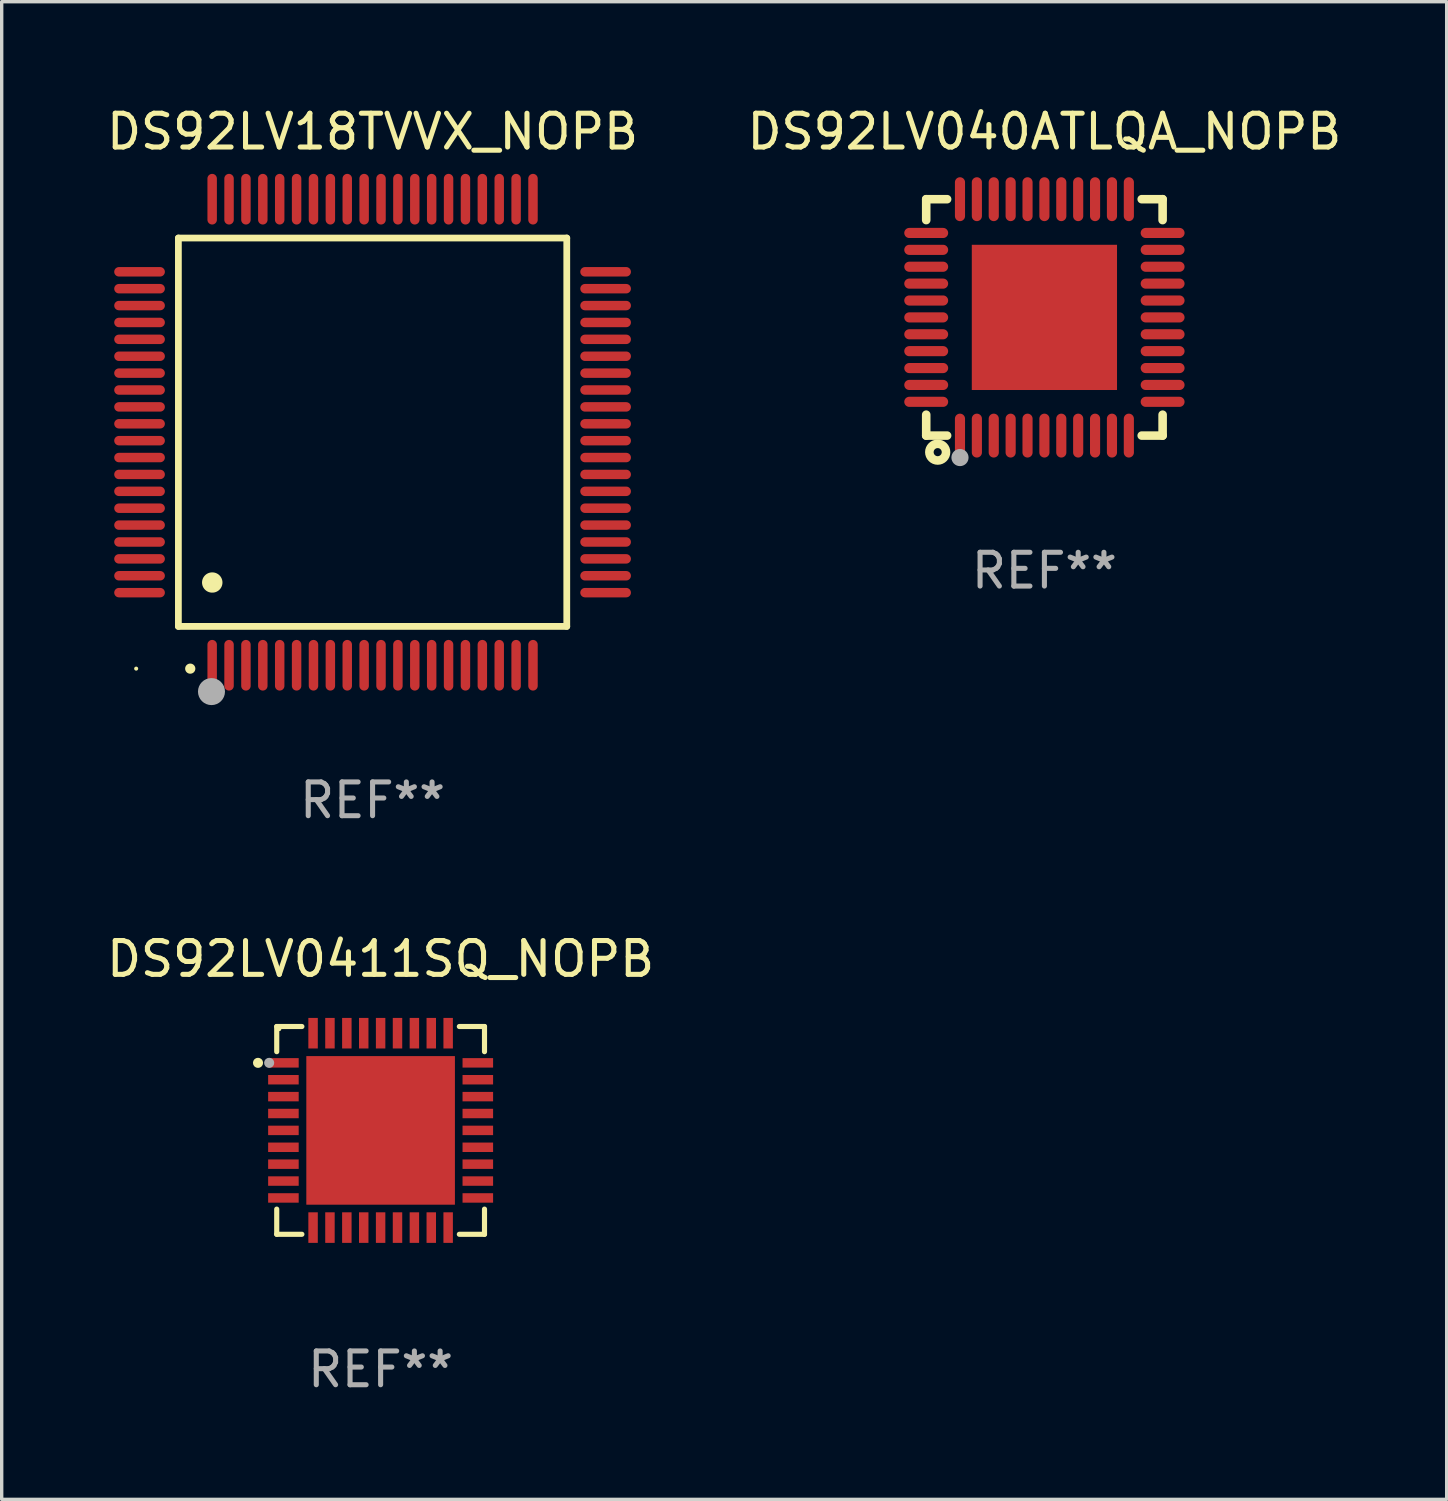
<source format=kicad_pcb>
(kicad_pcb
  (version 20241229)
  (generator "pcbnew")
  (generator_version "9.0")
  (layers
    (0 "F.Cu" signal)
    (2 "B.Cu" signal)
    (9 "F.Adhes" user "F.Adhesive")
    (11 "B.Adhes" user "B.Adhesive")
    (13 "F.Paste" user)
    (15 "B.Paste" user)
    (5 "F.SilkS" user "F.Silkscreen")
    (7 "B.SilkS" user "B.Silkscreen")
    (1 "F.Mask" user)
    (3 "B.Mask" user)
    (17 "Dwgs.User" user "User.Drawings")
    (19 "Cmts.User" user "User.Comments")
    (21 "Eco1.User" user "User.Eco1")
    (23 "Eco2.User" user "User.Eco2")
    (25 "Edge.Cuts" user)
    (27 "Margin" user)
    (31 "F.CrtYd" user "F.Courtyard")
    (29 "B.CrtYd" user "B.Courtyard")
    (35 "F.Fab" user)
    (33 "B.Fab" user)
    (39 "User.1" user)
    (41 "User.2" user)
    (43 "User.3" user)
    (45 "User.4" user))
  (footprint "DS92LV0411SQ_NOPB"
    (layer "F.Cu")
    (at 8.22 30.421)
    (property "Reference" "DS92LV0411SQ_NOPB" (at 0 -5.076 0) (layer "F.SilkS") (effects (font (size 1 1) (thickness 0.15))))
    (attr through_hole)
    (fp_line (start -3.076 -3.076) (end -3.076 -2.331) (stroke (width 0.152) (type solid)) (layer "F.SilkS"))
    (fp_line (start -3.076 3.076) (end -3.076 2.331) (stroke (width 0.152) (type solid)) (layer "F.SilkS"))
    (fp_line (start -2.331 -3.076) (end -3.076 -3.076) (stroke (width 0.152) (type solid)) (layer "F.SilkS"))
    (fp_line (start -2.331 3.076) (end -3.076 3.076) (stroke (width 0.152) (type solid)) (layer "F.SilkS"))
    (fp_line (start 2.331 -3.076) (end 3.076 -3.076) (stroke (width 0.152) (type solid)) (layer "F.SilkS"))
    (fp_line (start 2.331 3.076) (end 3.076 3.076) (stroke (width 0.152) (type solid)) (layer "F.SilkS"))
    (fp_line (start 3.076 -3.076) (end 3.076 -2.331) (stroke (width 0.152) (type solid)) (layer "F.SilkS"))
    (fp_line (start 3.076 3.076) (end 3.076 2.331) (stroke (width 0.152) (type solid)) (layer "F.SilkS"))
    (fp_circle (center -3.63 -2) (end -3.555 -2) (stroke (width 0.15) (type solid)) (fill no) (layer "F.SilkS"))
    (fp_circle (center -3 -3) (end -2.97 -3) (stroke (width 0.06) (type solid)) (fill no) (layer "F.SilkS"))
    (fp_circle (center -3.3 -2) (end -3.225 -2) (stroke (width 0.15) (type solid)) (fill no) (layer "F.Fab"))
    (fp_text user "REF**" (at 0 7.076 0) (layer "F.Fab") (effects (font (size 1 1) (thickness 0.15))))
    (pad "1" smd rect (at -2.878 -2) (size 0.905 0.28) (layers "F.Cu" "F.Mask" "F.Paste"))
    (pad "2" smd rect (at -2.878 -1.5) (size 0.905 0.28) (layers "F.Cu" "F.Mask" "F.Paste"))
    (pad "3" smd rect (at -2.878 -1) (size 0.905 0.28) (layers "F.Cu" "F.Mask" "F.Paste"))
    (pad "4" smd rect (at -2.878 -0.5) (size 0.905 0.28) (layers "F.Cu" "F.Mask" "F.Paste"))
    (pad "5" smd rect (at -2.878 0) (size 0.905 0.28) (layers "F.Cu" "F.Mask" "F.Paste"))
    (pad "6" smd rect (at -2.878 0.5) (size 0.905 0.28) (layers "F.Cu" "F.Mask" "F.Paste"))
    (pad "7" smd rect (at -2.878 1) (size 0.905 0.28) (layers "F.Cu" "F.Mask" "F.Paste"))
    (pad "8" smd rect (at -2.878 1.5) (size 0.905 0.28) (layers "F.Cu" "F.Mask" "F.Paste"))
    (pad "9" smd rect (at -2.878 2) (size 0.905 0.28) (layers "F.Cu" "F.Mask" "F.Paste"))
    (pad "10" smd rect (at -2 2.878) (size 0.28 0.905) (layers "F.Cu" "F.Mask" "F.Paste"))
    (pad "11" smd rect (at -1.5 2.878) (size 0.28 0.905) (layers "F.Cu" "F.Mask" "F.Paste"))
    (pad "12" smd rect (at -1 2.878) (size 0.28 0.905) (layers "F.Cu" "F.Mask" "F.Paste"))
    (pad "13" smd rect (at -0.5 2.878) (size 0.28 0.905) (layers "F.Cu" "F.Mask" "F.Paste"))
    (pad "14" smd rect (at 0 2.878) (size 0.28 0.905) (layers "F.Cu" "F.Mask" "F.Paste"))
    (pad "15" smd rect (at 0.5 2.878) (size 0.28 0.905) (layers "F.Cu" "F.Mask" "F.Paste"))
    (pad "16" smd rect (at 1 2.878) (size 0.28 0.905) (layers "F.Cu" "F.Mask" "F.Paste"))
    (pad "17" smd rect (at 1.5 2.878) (size 0.28 0.905) (layers "F.Cu" "F.Mask" "F.Paste"))
    (pad "18" smd rect (at 2 2.878) (size 0.28 0.905) (layers "F.Cu" "F.Mask" "F.Paste"))
    (pad "19" smd rect (at 2.878 2) (size 0.905 0.28) (layers "F.Cu" "F.Mask" "F.Paste"))
    (pad "20" smd rect (at 2.878 1.5) (size 0.905 0.28) (layers "F.Cu" "F.Mask" "F.Paste"))
    (pad "21" smd rect (at 2.878 1) (size 0.905 0.28) (layers "F.Cu" "F.Mask" "F.Paste"))
    (pad "22" smd rect (at 2.878 0.5) (size 0.905 0.28) (layers "F.Cu" "F.Mask" "F.Paste"))
    (pad "23" smd rect (at 2.878 0) (size 0.905 0.28) (layers "F.Cu" "F.Mask" "F.Paste"))
    (pad "24" smd rect (at 2.878 -0.5) (size 0.905 0.28) (layers "F.Cu" "F.Mask" "F.Paste"))
    (pad "25" smd rect (at 2.878 -1) (size 0.905 0.28) (layers "F.Cu" "F.Mask" "F.Paste"))
    (pad "26" smd rect (at 2.878 -1.5) (size 0.905 0.28) (layers "F.Cu" "F.Mask" "F.Paste"))
    (pad "27" smd rect (at 2.878 -2) (size 0.905 0.28) (layers "F.Cu" "F.Mask" "F.Paste"))
    (pad "28" smd rect (at 2 -2.878) (size 0.28 0.905) (layers "F.Cu" "F.Mask" "F.Paste"))
    (pad "29" smd rect (at 1.5 -2.878) (size 0.28 0.905) (layers "F.Cu" "F.Mask" "F.Paste"))
    (pad "30" smd rect (at 1 -2.878) (size 0.28 0.905) (layers "F.Cu" "F.Mask" "F.Paste"))
    (pad "31" smd rect (at 0.5 -2.878) (size 0.28 0.905) (layers "F.Cu" "F.Mask" "F.Paste"))
    (pad "32" smd rect (at 0 -2.878) (size 0.28 0.905) (layers "F.Cu" "F.Mask" "F.Paste"))
    (pad "33" smd rect (at -0.5 -2.878) (size 0.28 0.905) (layers "F.Cu" "F.Mask" "F.Paste"))
    (pad "34" smd rect (at -1 -2.878) (size 0.28 0.905) (layers "F.Cu" "F.Mask" "F.Paste"))
    (pad "35" smd rect (at -1.5 -2.878) (size 0.28 0.905) (layers "F.Cu" "F.Mask" "F.Paste"))
    (pad "36" smd rect (at -2 -2.878) (size 0.28 0.905) (layers "F.Cu" "F.Mask" "F.Paste"))
    (pad "37" smd rect (at 0 0) (size 4.4 4.4) (layers "F.Cu" "F.Mask" "F.Paste")))
  (footprint "DS92LV040ATLQA_NOPB"
    (layer "F.Cu")
    (at 27.875 6.348)
    (property "Reference" "DS92LV040ATLQA_NOPB" (at 0 -5.5 0) (layer "F.SilkS") (effects (font (size 1 1) (thickness 0.15))))
    (attr through_hole)
    (fp_line (start -3.5 -3.5) (end -2.881 -3.5) (stroke (width 0.254) (type solid)) (layer "F.SilkS"))
    (fp_line (start -3.5 -2.881) (end -3.5 -3.5) (stroke (width 0.254) (type solid)) (layer "F.SilkS"))
    (fp_line (start -3.5 3.5) (end -3.5 2.881) (stroke (width 0.254) (type solid)) (layer "F.SilkS"))
    (fp_line (start -2.881 3.5) (end -3.5 3.5) (stroke (width 0.254) (type solid)) (layer "F.SilkS"))
    (fp_line (start 2.881 -3.5) (end 3.5 -3.5) (stroke (width 0.254) (type solid)) (layer "F.SilkS"))
    (fp_line (start 3.5 -3.5) (end 3.5 -2.881) (stroke (width 0.254) (type solid)) (layer "F.SilkS"))
    (fp_line (start 3.5 2.881) (end 3.5 3.5) (stroke (width 0.254) (type solid)) (layer "F.SilkS"))
    (fp_line (start 3.5 3.5) (end 2.881 3.5) (stroke (width 0.254) (type solid)) (layer "F.SilkS"))
    (fp_circle (center -3.5 3.5) (end -3.47 3.5) (stroke (width 0.06) (type solid)) (fill no) (layer "F.SilkS"))
    (fp_circle (center -3.16 3.99) (end -3.04 3.99) (stroke (width 0.254) (type solid)) (fill no) (layer "F.SilkS"))
    (fp_circle (center -2.5 4.15) (end -2.373 4.15) (stroke (width 0.254) (type solid)) (fill no) (layer "F.Fab"))
    (fp_text user "REF**" (at 0 7.5 0) (layer "F.Fab") (effects (font (size 1 1) (thickness 0.15))))
    (pad "1" smd oval (at -2.5 3.5 90) (size 1.3 0.3) (layers "F.Cu" "F.Mask" "F.Paste"))
    (pad "2" smd oval (at -2 3.5 90) (size 1.3 0.3) (layers "F.Cu" "F.Mask" "F.Paste"))
    (pad "3" smd oval (at -1.5 3.5 90) (size 1.3 0.3) (layers "F.Cu" "F.Mask" "F.Paste"))
    (pad "4" smd oval (at -1 3.5 90) (size 1.3 0.3) (layers "F.Cu" "F.Mask" "F.Paste"))
    (pad "5" smd oval (at -0.5 3.5 90) (size 1.3 0.3) (layers "F.Cu" "F.Mask" "F.Paste"))
    (pad "6" smd oval (at -0.000127 3.5 90) (size 1.3 0.3) (layers "F.Cu" "F.Mask" "F.Paste"))
    (pad "7" smd oval (at 0.5 3.5 90) (size 1.3 0.3) (layers "F.Cu" "F.Mask" "F.Paste"))
    (pad "8" smd oval (at 1 3.5 90) (size 1.3 0.3) (layers "F.Cu" "F.Mask" "F.Paste"))
    (pad "9" smd oval (at 1.5 3.5 90) (size 1.3 0.3) (layers "F.Cu" "F.Mask" "F.Paste"))
    (pad "10" smd oval (at 2 3.5 90) (size 1.3 0.3) (layers "F.Cu" "F.Mask" "F.Paste"))
    (pad "11" smd oval (at 2.5 3.5 90) (size 1.3 0.3) (layers "F.Cu" "F.Mask" "F.Paste"))
    (pad "12" smd oval (at 3.5 2.5 90) (size 0.3 1.3) (layers "F.Cu" "F.Mask" "F.Paste"))
    (pad "13" smd oval (at 3.5 2 90) (size 0.3 1.3) (layers "F.Cu" "F.Mask" "F.Paste"))
    (pad "14" smd oval (at 3.5 1.5 90) (size 0.3 1.3) (layers "F.Cu" "F.Mask" "F.Paste"))
    (pad "15" smd oval (at 3.5 1 90) (size 0.3 1.3) (layers "F.Cu" "F.Mask" "F.Paste"))
    (pad "16" smd oval (at 3.5 0.5 90) (size 0.3 1.3) (layers "F.Cu" "F.Mask" "F.Paste"))
    (pad "17" smd oval (at 3.5 0.000127 90) (size 0.3 1.3) (layers "F.Cu" "F.Mask" "F.Paste"))
    (pad "18" smd oval (at 3.5 -0.5 90) (size 0.3 1.3) (layers "F.Cu" "F.Mask" "F.Paste"))
    (pad "19" smd oval (at 3.5 -1 90) (size 0.3 1.3) (layers "F.Cu" "F.Mask" "F.Paste"))
    (pad "20" smd oval (at 3.5 -1.5 90) (size 0.3 1.3) (layers "F.Cu" "F.Mask" "F.Paste"))
    (pad "21" smd oval (at 3.5 -2 90) (size 0.3 1.3) (layers "F.Cu" "F.Mask" "F.Paste"))
    (pad "22" smd oval (at 3.5 -2.5 90) (size 0.3 1.3) (layers "F.Cu" "F.Mask" "F.Paste"))
    (pad "23" smd oval (at 2.5 -3.5 90) (size 1.3 0.3) (layers "F.Cu" "F.Mask" "F.Paste"))
    (pad "24" smd oval (at 2 -3.5 90) (size 1.3 0.3) (layers "F.Cu" "F.Mask" "F.Paste"))
    (pad "25" smd oval (at 1.5 -3.5 90) (size 1.3 0.3) (layers "F.Cu" "F.Mask" "F.Paste"))
    (pad "26" smd oval (at 1 -3.5 90) (size 1.3 0.3) (layers "F.Cu" "F.Mask" "F.Paste"))
    (pad "27" smd oval (at 0.5 -3.5 90) (size 1.3 0.3) (layers "F.Cu" "F.Mask" "F.Paste"))
    (pad "28" smd oval (at -0.000127 -3.5 90) (size 1.3 0.3) (layers "F.Cu" "F.Mask" "F.Paste"))
    (pad "29" smd oval (at -0.5 -3.5 90) (size 1.3 0.3) (layers "F.Cu" "F.Mask" "F.Paste"))
    (pad "30" smd oval (at -1 -3.5 90) (size 1.3 0.3) (layers "F.Cu" "F.Mask" "F.Paste"))
    (pad "31" smd oval (at -1.5 -3.5 90) (size 1.3 0.3) (layers "F.Cu" "F.Mask" "F.Paste"))
    (pad "32" smd oval (at -2 -3.5 90) (size 1.3 0.3) (layers "F.Cu" "F.Mask" "F.Paste"))
    (pad "33" smd oval (at -2.5 -3.5 90) (size 1.3 0.3) (layers "F.Cu" "F.Mask" "F.Paste"))
    (pad "34" smd oval (at -3.5 -2.5 90) (size 0.3 1.3) (layers "F.Cu" "F.Mask" "F.Paste"))
    (pad "35" smd oval (at -3.5 -2 90) (size 0.3 1.3) (layers "F.Cu" "F.Mask" "F.Paste"))
    (pad "36" smd oval (at -3.5 -1.5 90) (size 0.3 1.3) (layers "F.Cu" "F.Mask" "F.Paste"))
    (pad "37" smd oval (at -3.5 -1 90) (size 0.3 1.3) (layers "F.Cu" "F.Mask" "F.Paste"))
    (pad "38" smd oval (at -3.5 -0.5 90) (size 0.3 1.3) (layers "F.Cu" "F.Mask" "F.Paste"))
    (pad "39" smd oval (at -3.5 0.000127 90) (size 0.3 1.3) (layers "F.Cu" "F.Mask" "F.Paste"))
    (pad "40" smd oval (at -3.5 0.5 90) (size 0.3 1.3) (layers "F.Cu" "F.Mask" "F.Paste"))
    (pad "41" smd oval (at -3.5 1 90) (size 0.3 1.3) (layers "F.Cu" "F.Mask" "F.Paste"))
    (pad "42" smd oval (at -3.5 1.5 90) (size 0.3 1.3) (layers "F.Cu" "F.Mask" "F.Paste"))
    (pad "43" smd oval (at -3.5 2 90) (size 0.3 1.3) (layers "F.Cu" "F.Mask" "F.Paste"))
    (pad "44" smd oval (at -3.5 2.5 90) (size 0.3 1.3) (layers "F.Cu" "F.Mask" "F.Paste"))
    (pad "45" smd rect (at -0.000127 0.000127 90) (size 4.3 4.3) (layers "F.Cu" "F.Mask" "F.Paste")))
  (footprint "DS92LV18TVVX_NOPB"
    (layer "F.Cu")
    (at 7.982 9.748)
    (property "Reference" "DS92LV18TVVX_NOPB" (at 0 -8.9 0) (layer "F.SilkS") (effects (font (size 1 1) (thickness 0.15))))
    (attr through_hole)
    (fp_line (start -5.75 -5.75) (end 5.75 -5.75) (stroke (width 0.2) (type solid)) (layer "F.SilkS"))
    (fp_line (start -5.75 5.75) (end -5.75 -5.75) (stroke (width 0.2) (type solid)) (layer "F.SilkS"))
    (fp_line (start 5.75 -5.75) (end 5.75 5.75) (stroke (width 0.2) (type solid)) (layer "F.SilkS"))
    (fp_line (start 5.75 5.75) (end -5.75 5.75) (stroke (width 0.2) (type solid)) (layer "F.SilkS"))
    (fp_arc (start -5.400051 7.000254) (mid -5.398781 7.000249) (end -5.397511 7.000254) (stroke (width 0.3) (type solid)) (layer "F.SilkS"))
    (fp_arc (start -4.749809 4.450089) (mid -4.747269 4.450078) (end -4.744729 4.450089) (stroke (width 0.6) (type solid)) (layer "F.SilkS"))
    (fp_circle (center -7 7) (end -6.97 7) (stroke (width 0.06) (type solid)) (fill no) (layer "F.SilkS"))
    (fp_circle (center -4.77 7.68) (end -4.57 7.68) (stroke (width 0.4) (type solid)) (fill no) (layer "F.Fab"))
    (fp_text user "REF**" (at 0 10.9 0) (layer "F.Fab") (effects (font (size 1 1) (thickness 0.15))))
    (pad "1" smd oval (at -4.75 6.9) (size 0.28 1.5) (layers "F.Cu" "F.Mask" "F.Paste"))
    (pad "2" smd oval (at -4.25 6.9) (size 0.28 1.5) (layers "F.Cu" "F.Mask" "F.Paste"))
    (pad "3" smd oval (at -3.75 6.9) (size 0.28 1.5) (layers "F.Cu" "F.Mask" "F.Paste"))
    (pad "4" smd oval (at -3.25 6.9) (size 0.28 1.5) (layers "F.Cu" "F.Mask" "F.Paste"))
    (pad "5" smd oval (at -2.75 6.9) (size 0.28 1.5) (layers "F.Cu" "F.Mask" "F.Paste"))
    (pad "6" smd oval (at -2.25 6.9) (size 0.28 1.5) (layers "F.Cu" "F.Mask" "F.Paste"))
    (pad "7" smd oval (at -1.75 6.9) (size 0.28 1.5) (layers "F.Cu" "F.Mask" "F.Paste"))
    (pad "8" smd oval (at -1.25 6.9) (size 0.28 1.5) (layers "F.Cu" "F.Mask" "F.Paste"))
    (pad "9" smd oval (at -0.75 6.9) (size 0.28 1.5) (layers "F.Cu" "F.Mask" "F.Paste"))
    (pad "10" smd oval (at -0.25 6.9) (size 0.28 1.5) (layers "F.Cu" "F.Mask" "F.Paste"))
    (pad "11" smd oval (at 0.25 6.9) (size 0.28 1.5) (layers "F.Cu" "F.Mask" "F.Paste"))
    (pad "12" smd oval (at 0.75 6.9) (size 0.28 1.5) (layers "F.Cu" "F.Mask" "F.Paste"))
    (pad "13" smd oval (at 1.25 6.9) (size 0.28 1.5) (layers "F.Cu" "F.Mask" "F.Paste"))
    (pad "14" smd oval (at 1.75 6.9) (size 0.28 1.5) (layers "F.Cu" "F.Mask" "F.Paste"))
    (pad "15" smd oval (at 2.25 6.9) (size 0.28 1.5) (layers "F.Cu" "F.Mask" "F.Paste"))
    (pad "16" smd oval (at 2.75 6.9) (size 0.28 1.5) (layers "F.Cu" "F.Mask" "F.Paste"))
    (pad "17" smd oval (at 3.25 6.9) (size 0.28 1.5) (layers "F.Cu" "F.Mask" "F.Paste"))
    (pad "18" smd oval (at 3.75 6.9) (size 0.28 1.5) (layers "F.Cu" "F.Mask" "F.Paste"))
    (pad "19" smd oval (at 4.25 6.9) (size 0.28 1.5) (layers "F.Cu" "F.Mask" "F.Paste"))
    (pad "20" smd oval (at 4.75 6.9) (size 0.28 1.5) (layers "F.Cu" "F.Mask" "F.Paste"))
    (pad "21" smd oval (at 6.9 4.75) (size 1.5 0.28) (layers "F.Cu" "F.Mask" "F.Paste"))
    (pad "22" smd oval (at 6.9 4.25) (size 1.5 0.28) (layers "F.Cu" "F.Mask" "F.Paste"))
    (pad "23" smd oval (at 6.9 3.75) (size 1.5 0.28) (layers "F.Cu" "F.Mask" "F.Paste"))
    (pad "24" smd oval (at 6.9 3.25) (size 1.5 0.28) (layers "F.Cu" "F.Mask" "F.Paste"))
    (pad "25" smd oval (at 6.9 2.75) (size 1.5 0.28) (layers "F.Cu" "F.Mask" "F.Paste"))
    (pad "26" smd oval (at 6.9 2.25) (size 1.5 0.28) (layers "F.Cu" "F.Mask" "F.Paste"))
    (pad "27" smd oval (at 6.9 1.75) (size 1.5 0.28) (layers "F.Cu" "F.Mask" "F.Paste"))
    (pad "28" smd oval (at 6.9 1.25) (size 1.5 0.28) (layers "F.Cu" "F.Mask" "F.Paste"))
    (pad "29" smd oval (at 6.9 0.75) (size 1.5 0.28) (layers "F.Cu" "F.Mask" "F.Paste"))
    (pad "30" smd oval (at 6.9 0.25) (size 1.5 0.28) (layers "F.Cu" "F.Mask" "F.Paste"))
    (pad "31" smd oval (at 6.9 -0.25) (size 1.5 0.28) (layers "F.Cu" "F.Mask" "F.Paste"))
    (pad "32" smd oval (at 6.9 -0.75) (size 1.5 0.28) (layers "F.Cu" "F.Mask" "F.Paste"))
    (pad "33" smd oval (at 6.9 -1.25) (size 1.5 0.28) (layers "F.Cu" "F.Mask" "F.Paste"))
    (pad "34" smd oval (at 6.9 -1.75) (size 1.5 0.28) (layers "F.Cu" "F.Mask" "F.Paste"))
    (pad "35" smd oval (at 6.9 -2.25) (size 1.5 0.28) (layers "F.Cu" "F.Mask" "F.Paste"))
    (pad "36" smd oval (at 6.9 -2.75) (size 1.5 0.28) (layers "F.Cu" "F.Mask" "F.Paste"))
    (pad "37" smd oval (at 6.9 -3.25) (size 1.5 0.28) (layers "F.Cu" "F.Mask" "F.Paste"))
    (pad "38" smd oval (at 6.9 -3.75) (size 1.5 0.28) (layers "F.Cu" "F.Mask" "F.Paste"))
    (pad "39" smd oval (at 6.9 -4.25) (size 1.5 0.28) (layers "F.Cu" "F.Mask" "F.Paste"))
    (pad "40" smd oval (at 6.9 -4.75) (size 1.5 0.28) (layers "F.Cu" "F.Mask" "F.Paste"))
    (pad "41" smd oval (at 4.75 -6.9) (size 0.28 1.5) (layers "F.Cu" "F.Mask" "F.Paste"))
    (pad "42" smd oval (at 4.25 -6.9) (size 0.28 1.5) (layers "F.Cu" "F.Mask" "F.Paste"))
    (pad "43" smd oval (at 3.75 -6.9) (size 0.28 1.5) (layers "F.Cu" "F.Mask" "F.Paste"))
    (pad "44" smd oval (at 3.25 -6.9) (size 0.28 1.5) (layers "F.Cu" "F.Mask" "F.Paste"))
    (pad "45" smd oval (at 2.75 -6.9) (size 0.28 1.5) (layers "F.Cu" "F.Mask" "F.Paste"))
    (pad "46" smd oval (at 2.25 -6.9) (size 0.28 1.5) (layers "F.Cu" "F.Mask" "F.Paste"))
    (pad "47" smd oval (at 1.75 -6.9) (size 0.28 1.5) (layers "F.Cu" "F.Mask" "F.Paste"))
    (pad "48" smd oval (at 1.25 -6.9) (size 0.28 1.5) (layers "F.Cu" "F.Mask" "F.Paste"))
    (pad "49" smd oval (at 0.75 -6.9) (size 0.28 1.5) (layers "F.Cu" "F.Mask" "F.Paste"))
    (pad "50" smd oval (at 0.25 -6.9) (size 0.28 1.5) (layers "F.Cu" "F.Mask" "F.Paste"))
    (pad "51" smd oval (at -0.25 -6.9) (size 0.28 1.5) (layers "F.Cu" "F.Mask" "F.Paste"))
    (pad "52" smd oval (at -0.75 -6.9) (size 0.28 1.5) (layers "F.Cu" "F.Mask" "F.Paste"))
    (pad "53" smd oval (at -1.25 -6.9) (size 0.28 1.5) (layers "F.Cu" "F.Mask" "F.Paste"))
    (pad "54" smd oval (at -1.75 -6.9) (size 0.28 1.5) (layers "F.Cu" "F.Mask" "F.Paste"))
    (pad "55" smd oval (at -2.25 -6.9) (size 0.28 1.5) (layers "F.Cu" "F.Mask" "F.Paste"))
    (pad "56" smd oval (at -2.75 -6.9) (size 0.28 1.5) (layers "F.Cu" "F.Mask" "F.Paste"))
    (pad "57" smd oval (at -3.25 -6.9) (size 0.28 1.5) (layers "F.Cu" "F.Mask" "F.Paste"))
    (pad "58" smd oval (at -3.75 -6.9) (size 0.28 1.5) (layers "F.Cu" "F.Mask" "F.Paste"))
    (pad "59" smd oval (at -4.25 -6.9) (size 0.28 1.5) (layers "F.Cu" "F.Mask" "F.Paste"))
    (pad "60" smd oval (at -4.75 -6.9) (size 0.28 1.5) (layers "F.Cu" "F.Mask" "F.Paste"))
    (pad "61" smd oval (at -6.9 -4.75) (size 1.5 0.28) (layers "F.Cu" "F.Mask" "F.Paste"))
    (pad "62" smd oval (at -6.9 -4.25) (size 1.5 0.28) (layers "F.Cu" "F.Mask" "F.Paste"))
    (pad "63" smd oval (at -6.9 -3.75) (size 1.5 0.28) (layers "F.Cu" "F.Mask" "F.Paste"))
    (pad "64" smd oval (at -6.9 -3.25) (size 1.5 0.28) (layers "F.Cu" "F.Mask" "F.Paste"))
    (pad "65" smd oval (at -6.9 -2.75) (size 1.5 0.28) (layers "F.Cu" "F.Mask" "F.Paste"))
    (pad "66" smd oval (at -6.9 -2.25) (size 1.5 0.28) (layers "F.Cu" "F.Mask" "F.Paste"))
    (pad "67" smd oval (at -6.9 -1.75) (size 1.5 0.28) (layers "F.Cu" "F.Mask" "F.Paste"))
    (pad "68" smd oval (at -6.9 -1.25) (size 1.5 0.28) (layers "F.Cu" "F.Mask" "F.Paste"))
    (pad "69" smd oval (at -6.9 -0.75) (size 1.5 0.28) (layers "F.Cu" "F.Mask" "F.Paste"))
    (pad "70" smd oval (at -6.9 -0.25) (size 1.5 0.28) (layers "F.Cu" "F.Mask" "F.Paste"))
    (pad "71" smd oval (at -6.9 0.25) (size 1.5 0.28) (layers "F.Cu" "F.Mask" "F.Paste"))
    (pad "72" smd oval (at -6.9 0.75) (size 1.5 0.28) (layers "F.Cu" "F.Mask" "F.Paste"))
    (pad "73" smd oval (at -6.9 1.25) (size 1.5 0.28) (layers "F.Cu" "F.Mask" "F.Paste"))
    (pad "74" smd oval (at -6.9 1.75) (size 1.5 0.28) (layers "F.Cu" "F.Mask" "F.Paste"))
    (pad "75" smd oval (at -6.9 2.25) (size 1.5 0.28) (layers "F.Cu" "F.Mask" "F.Paste"))
    (pad "76" smd oval (at -6.9 2.75) (size 1.5 0.28) (layers "F.Cu" "F.Mask" "F.Paste"))
    (pad "77" smd oval (at -6.9 3.25) (size 1.5 0.28) (layers "F.Cu" "F.Mask" "F.Paste"))
    (pad "78" smd oval (at -6.9 3.75) (size 1.5 0.28) (layers "F.Cu" "F.Mask" "F.Paste"))
    (pad "79" smd oval (at -6.9 4.25) (size 1.5 0.28) (layers "F.Cu" "F.Mask" "F.Paste"))
    (pad "80" smd oval (at -6.9 4.75) (size 1.5 0.28) (layers "F.Cu" "F.Mask" "F.Paste")))
  (gr_rect
    (start -3 -3)
    (end 39.786 41.345)
    (stroke (width 0.1) (type default))
    (fill no)
    (layer "Edge.Cuts")))
</source>
